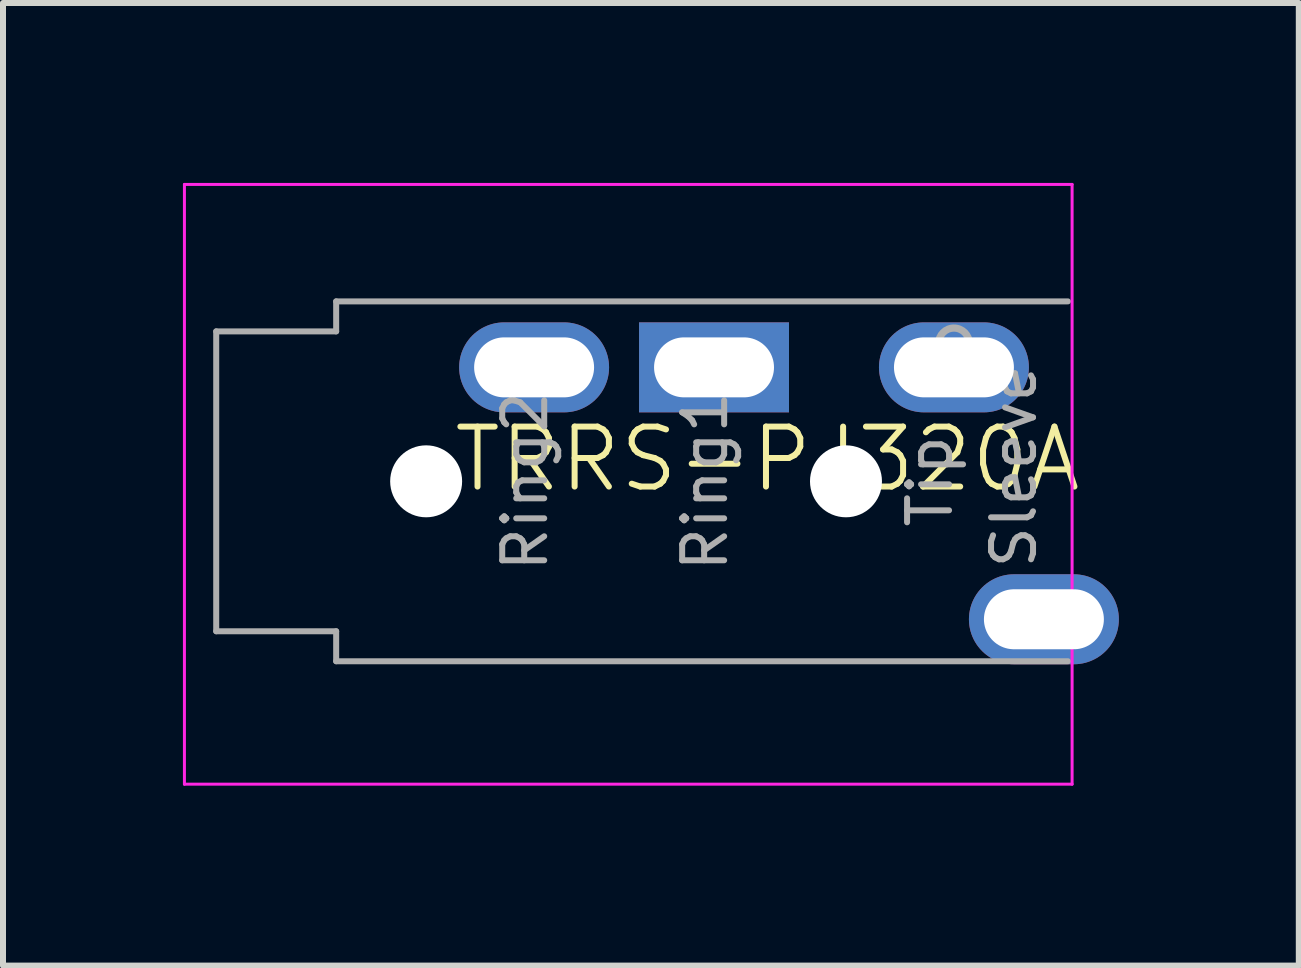
<source format=kicad_pcb>
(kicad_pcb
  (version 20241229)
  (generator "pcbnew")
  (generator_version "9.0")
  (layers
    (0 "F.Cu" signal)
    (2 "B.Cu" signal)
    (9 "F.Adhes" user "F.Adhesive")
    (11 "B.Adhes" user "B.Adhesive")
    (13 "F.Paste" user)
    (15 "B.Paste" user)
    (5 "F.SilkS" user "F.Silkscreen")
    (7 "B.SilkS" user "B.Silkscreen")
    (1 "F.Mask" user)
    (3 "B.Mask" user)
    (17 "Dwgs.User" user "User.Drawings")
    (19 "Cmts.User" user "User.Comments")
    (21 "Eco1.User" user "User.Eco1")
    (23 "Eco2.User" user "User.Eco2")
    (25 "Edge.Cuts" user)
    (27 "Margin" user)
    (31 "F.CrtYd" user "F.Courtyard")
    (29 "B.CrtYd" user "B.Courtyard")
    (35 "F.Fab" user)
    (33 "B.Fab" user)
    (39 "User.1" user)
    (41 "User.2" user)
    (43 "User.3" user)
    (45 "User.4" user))
  (footprint "TRRS-PJ320A"
    (layer "F.Cu")
    (at 8.83 4.975)
    (property "Reference" "TRRS-PJ320A" (at 0.915 -0.37 0) (unlocked yes) (layer "F.SilkS") (effects (font (size 1 1) (thickness 0.1))))
    (attr through_hole)
    (fp_line (start -8.805 -4.95) (end 5.995 -4.95) (stroke (width 0.05) (type solid)) (layer "F.CrtYd"))
    (fp_line (start -8.805 5.05) (end -8.805 -4.95) (stroke (width 0.05) (type solid)) (layer "F.CrtYd"))
    (fp_line (start -8.805 5.05) (end 5.995 5.05) (stroke (width 0.05) (type solid)) (layer "F.CrtYd"))
    (fp_line (start 5.995 5.05) (end 5.995 -4.95) (stroke (width 0.05) (type solid)) (layer "F.CrtYd"))
    (fp_line (start -8.275 -2.5) (end -6.275 -2.5) (stroke (width 0.1) (type solid)) (layer "F.Fab"))
    (fp_line (start -8.275 2.5) (end -8.275 -2.5) (stroke (width 0.1) (type solid)) (layer "F.Fab"))
    (fp_line (start -6.275 -3) (end 5.925 -3) (stroke (width 0.1) (type solid)) (layer "F.Fab"))
    (fp_line (start -6.275 -2.5) (end -6.275 -3) (stroke (width 0.1) (type solid)) (layer "F.Fab"))
    (fp_line (start -6.275 2.5) (end -8.275 2.5) (stroke (width 0.1) (type solid)) (layer "F.Fab"))
    (fp_line (start -6.275 3) (end -6.275 2.5) (stroke (width 0.1) (type solid)) (layer "F.Fab"))
    (fp_line (start 5.925 3) (end -6.275 3) (stroke (width 0.1) (type solid)) (layer "F.Fab"))
    (fp_circle (center 4.025 -2.3) (end 4.075 -2.05) (stroke (width 0.12) (type solid)) (fill no) (layer "F.Fab"))
    (fp_text user "Ring1" (at -0.125 0 90) (layer "F.Fab") (effects (font (size 0.7 0.7) (thickness 0.1))))
    (fp_text user "Sleeve" (at 5.025 -0.25 90) (layer "F.Fab") (effects (font (size 0.7 0.7) (thickness 0.1))))
    (fp_text user "Ring2" (at -3.125 0 90) (layer "F.Fab") (effects (font (size 0.7 0.7) (thickness 0.1))))
    (fp_text user "Tip" (at 3.625 0 90) (layer "F.Fab") (effects (font (size 0.7 0.7) (thickness 0.1))))
    (pad "" np_thru_hole circle (at -4.775 0 90) (size 1.2 1.2) (drill 1.2) (layers "*.Cu" "*.Mask"))
    (pad "" np_thru_hole circle (at 2.225 0 90) (size 1.2 1.2) (drill 1.2) (layers "*.Cu" "*.Mask"))
    (pad "R1" thru_hole rect (at 0.025 -1.9 90) (size 1.5 2.5) (drill oval 1 2) (layers "*.Cu" "*.Mask"))
    (pad "R2" thru_hole oval (at -2.975 -1.9 90) (size 1.5 2.5) (drill oval 1 2) (layers "*.Cu" "*.Mask"))
    (pad "S" thru_hole oval (at 5.525 2.3 90) (size 1.5 2.5) (drill oval 1 2) (layers "*.Cu" "*.Mask"))
    (pad "T" thru_hole oval (at 4.025 -1.9 90) (size 1.5 2.5) (drill oval 1 2) (layers "*.Cu" "*.Mask")))
  (gr_rect
    (start -3 -3)
    (end 18.605 13.05)
    (stroke (width 0.1) (type default))
    (fill no)
    (layer "Edge.Cuts")))
</source>
